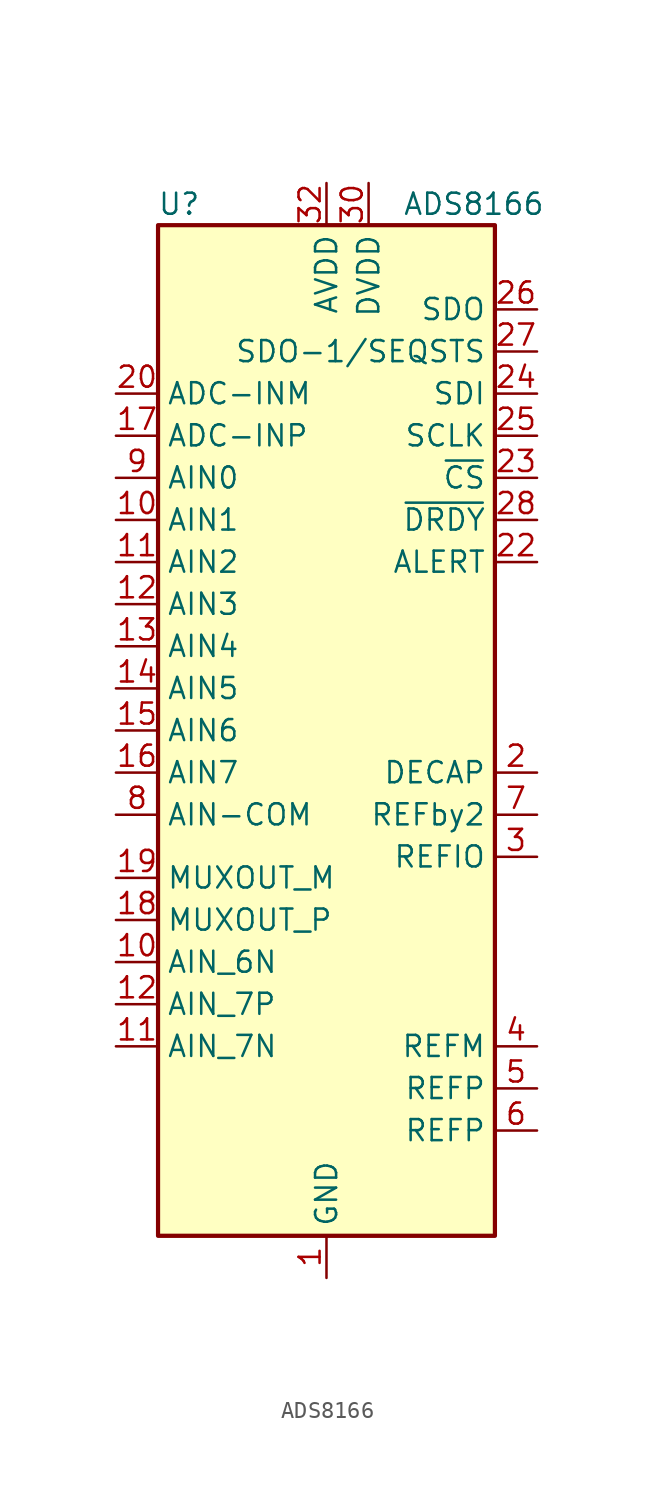
<source format=kicad_sym>
(kicad_symbol_lib
  (version 20211014)
  (generator kicad_symbol_editor)
  (symbol "ADS8166"
    (property "Reference" "U"
      (at -8.89 31.75 0)
      (effects (font (size 1.27 1.27))))
    (property "Value" "ADS8166"
      (at 8.89 31.75 0)
      (effects (font (size 1.27 1.27))))
    (symbol "ADS8166_0_1"
      (rectangle (start -10.16 30.48) (end 10.16 -30.48) (stroke (width 0.254) (type default) (color 0 0 0 0)) (fill (type background))))
    (symbol "ADS8166_1_1"
      (pin power_in line (at 0 -33.02 90) (length 2.54) (name "GND" (effects (font (size 1.27 1.27)))) (number "1" (effects (font (size 1.27 1.27)))))
      (pin input line (at -12.7 12.7 0) (length 2.54) (name "AIN1" (effects (font (size 1.27 1.27)))) (number "10" (effects (font (size 1.27 1.27)))))
      (pin input line (at -12.7 -13.97 0) (length 2.54) (name "AIN_6N" (effects (font (size 1.27 1.27)))) (number "10" (effects (font (size 1.27 1.27)))))
      (pin input line (at -12.7 10.16 0) (length 2.54) (name "AIN2" (effects (font (size 1.27 1.27)))) (number "11" (effects (font (size 1.27 1.27)))))
      (pin input line (at -12.7 -19.05 0) (length 2.54) (name "AIN_7N" (effects (font (size 1.27 1.27)))) (number "11" (effects (font (size 1.27 1.27)))))
      (pin input line (at -12.7 7.62 0) (length 2.54) (name "AIN3" (effects (font (size 1.27 1.27)))) (number "12" (effects (font (size 1.27 1.27)))))
      (pin input line (at -12.7 -16.51 0) (length 2.54) (name "AIN_7P" (effects (font (size 1.27 1.27)))) (number "12" (effects (font (size 1.27 1.27)))))
      (pin input line (at -12.7 5.08 0) (length 2.54) (name "AIN4" (effects (font (size 1.27 1.27)))) (number "13" (effects (font (size 1.27 1.27)))))
      (pin input line (at -12.7 2.54 0) (length 2.54) (name "AIN5" (effects (font (size 1.27 1.27)))) (number "14" (effects (font (size 1.27 1.27)))))
      (pin input line (at -12.7 0 0) (length 2.54) (name "AIN6" (effects (font (size 1.27 1.27)))) (number "15" (effects (font (size 1.27 1.27)))))
      (pin input line (at -12.7 -2.54 0) (length 2.54) (name "AIN7" (effects (font (size 1.27 1.27)))) (number "16" (effects (font (size 1.27 1.27)))))
      (pin input line (at -12.7 17.78 0) (length 2.54) (name "ADC-INP" (effects (font (size 1.27 1.27)))) (number "17" (effects (font (size 1.27 1.27)))))
      (pin input line (at -12.7 -11.43 0) (length 2.54) (name "MUXOUT_P" (effects (font (size 1.27 1.27)))) (number "18" (effects (font (size 1.27 1.27)))))
      (pin input line (at -12.7 -8.89 0) (length 2.54) (name "MUXOUT_M" (effects (font (size 1.27 1.27)))) (number "19" (effects (font (size 1.27 1.27)))))
      (pin passive line (at 12.7 -2.54 180) (length 2.54) (name "DECAP" (effects (font (size 1.27 1.27)))) (number "2" (effects (font (size 1.27 1.27)))))
      (pin input line (at -12.7 20.32 0) (length 2.54) (name "ADC-INM" (effects (font (size 1.27 1.27)))) (number "20" (effects (font (size 1.27 1.27)))))
      (pin passive line (at 0 -33.02 90) (length 2.54) hide (name "GND" (effects (font (size 1.27 1.27)))) (number "21" (effects (font (size 1.27 1.27)))))
      (pin power_in line (at 12.7 10.16 180) (length 2.54) (name "ALERT" (effects (font (size 1.27 1.27)))) (number "22" (effects (font (size 1.27 1.27)))))
      (pin input line (at 12.7 15.24 180) (length 2.54) (name "~{CS}" (effects (font (size 1.27 1.27)))) (number "23" (effects (font (size 1.27 1.27)))))
      (pin input line (at 12.7 20.32 180) (length 2.54) (name "SDI" (effects (font (size 1.27 1.27)))) (number "24" (effects (font (size 1.27 1.27)))))
      (pin input line (at 12.7 17.78 180) (length 2.54) (name "SCLK" (effects (font (size 1.27 1.27)))) (number "25" (effects (font (size 1.27 1.27)))))
      (pin output line (at 12.7 25.4 180) (length 2.54) (name "SDO" (effects (font (size 1.27 1.27)))) (number "26" (effects (font (size 1.27 1.27)))))
      (pin passive line (at 12.7 22.86 180) (length 2.54) (name "SDO-1/SEQSTS" (effects (font (size 1.27 1.27)))) (number "27" (effects (font (size 1.27 1.27)))))
      (pin input line (at 12.7 12.7 180) (length 2.54) (name "~{DRDY}" (effects (font (size 1.27 1.27)))) (number "28" (effects (font (size 1.27 1.27)))))
      (pin passive line (at 12.7 -7.62 180) (length 2.54) (name "REFIO" (effects (font (size 1.27 1.27)))) (number "3" (effects (font (size 1.27 1.27)))))
      (pin power_in line (at 2.54 33.02 270) (length 2.54) (name "DVDD" (effects (font (size 1.27 1.27)))) (number "30" (effects (font (size 1.27 1.27)))))
      (pin power_in line (at 0 -33.02 90) (length 2.54) hide (name "GND" (effects (font (size 1.27 1.27)))) (number "31" (effects (font (size 1.27 1.27)))))
      (pin power_in line (at 0 33.02 270) (length 2.54) (name "AVDD" (effects (font (size 1.27 1.27)))) (number "32" (effects (font (size 1.27 1.27)))))
      (pin power_in line (at 0 -33.02 90) (length 2.54) hide (name "GND" (effects (font (size 1.27 1.27)))) (number "33" (effects (font (size 1.27 1.27)))))
      (pin input line (at 12.7 -19.05 180) (length 2.54) (name "REFM" (effects (font (size 1.27 1.27)))) (number "4" (effects (font (size 1.27 1.27)))))
      (pin input line (at 12.7 -21.59 180) (length 2.54) (name "REFP" (effects (font (size 1.27 1.27)))) (number "5" (effects (font (size 1.27 1.27)))))
      (pin input line (at 12.7 -24.13 180) (length 2.54) (name "REFP" (effects (font (size 1.27 1.27)))) (number "6" (effects (font (size 1.27 1.27)))))
      (pin passive line (at 12.7 -5.08 180) (length 2.54) (name "REFby2" (effects (font (size 1.27 1.27)))) (number "7" (effects (font (size 1.27 1.27)))))
      (pin input line (at -12.7 -5.08 0) (length 2.54) (name "AIN-COM" (effects (font (size 1.27 1.27)))) (number "8" (effects (font (size 1.27 1.27)))))
      (pin input line (at -12.7 15.24 0) (length 2.54) (name "AIN0" (effects (font (size 1.27 1.27)))) (number "9" (effects (font (size 1.27 1.27))))))))
</source>
